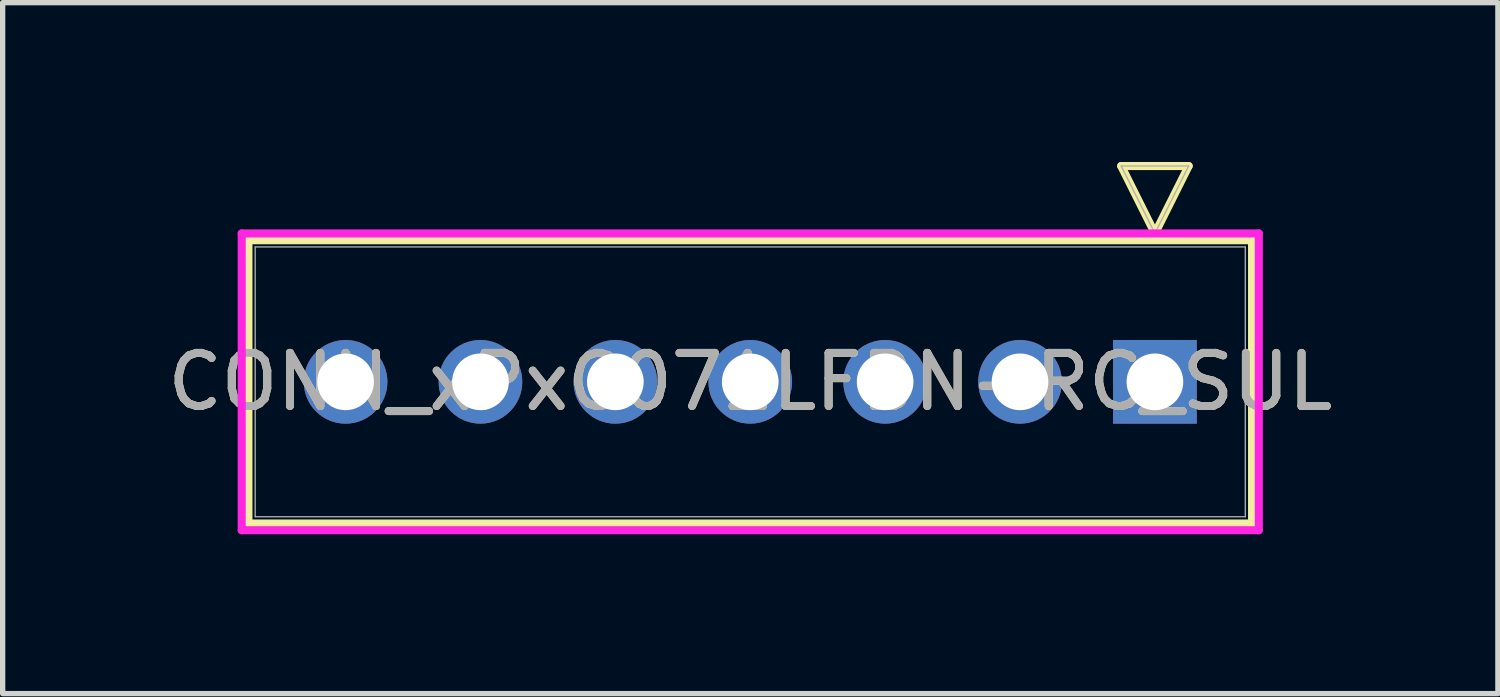
<source format=kicad_pcb>
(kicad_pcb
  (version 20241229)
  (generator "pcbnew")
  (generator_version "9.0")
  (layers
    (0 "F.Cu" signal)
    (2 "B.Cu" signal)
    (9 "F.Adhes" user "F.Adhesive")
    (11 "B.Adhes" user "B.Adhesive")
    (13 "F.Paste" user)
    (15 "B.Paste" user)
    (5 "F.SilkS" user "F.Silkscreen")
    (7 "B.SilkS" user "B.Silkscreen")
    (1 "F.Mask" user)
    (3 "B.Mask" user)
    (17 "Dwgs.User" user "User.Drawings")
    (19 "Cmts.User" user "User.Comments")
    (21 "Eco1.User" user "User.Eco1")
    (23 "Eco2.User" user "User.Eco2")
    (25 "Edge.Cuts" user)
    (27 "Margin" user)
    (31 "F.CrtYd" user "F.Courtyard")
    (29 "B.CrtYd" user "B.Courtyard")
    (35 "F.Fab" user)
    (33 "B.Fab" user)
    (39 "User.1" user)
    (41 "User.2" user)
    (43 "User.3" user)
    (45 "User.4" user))
  (footprint "CONN_xPxC071LFBN-RC_SUL"
    (layer "F.Cu")
    (at 18.697 4.14)
    (property "Reference" "CONN_xPxC071LFBN-RC_SUL" (at -7.62 0 0) (unlocked yes) (layer "F.SilkS") (effects (font (size 1 1) (thickness 0.15))))
    (attr through_hole)
    (fp_line (start -17.069 -2.667) (end -17.069 2.667) (stroke (width 0.152) (type solid)) (layer "F.SilkS"))
    (fp_line (start -17.069 2.667) (end 1.829 2.667) (stroke (width 0.152) (type solid)) (layer "F.SilkS"))
    (fp_line (start -0.635 -4.064) (end 0.635 -4.064) (stroke (width 0.152) (type solid)) (layer "F.SilkS"))
    (fp_line (start 0 -2.794) (end -0.635 -4.064) (stroke (width 0.152) (type solid)) (layer "F.SilkS"))
    (fp_line (start 0.635 -4.064) (end 0 -2.794) (stroke (width 0.152) (type solid)) (layer "F.SilkS"))
    (fp_line (start 1.829 -2.667) (end -17.069 -2.667) (stroke (width 0.152) (type solid)) (layer "F.SilkS"))
    (fp_line (start 1.829 2.667) (end 1.829 -2.667) (stroke (width 0.152) (type solid)) (layer "F.SilkS"))
    (fp_line (start -17.196 -2.794) (end -17.196 2.794) (stroke (width 0.152) (type solid)) (layer "F.CrtYd"))
    (fp_line (start -17.196 2.794) (end 1.956 2.794) (stroke (width 0.152) (type solid)) (layer "F.CrtYd"))
    (fp_line (start 1.956 -2.794) (end -17.196 -2.794) (stroke (width 0.152) (type solid)) (layer "F.CrtYd"))
    (fp_line (start 1.956 2.794) (end 1.956 -2.794) (stroke (width 0.152) (type solid)) (layer "F.CrtYd"))
    (fp_line (start -16.942 -2.54) (end -16.942 2.54) (stroke (width 0.025) (type solid)) (layer "F.Fab"))
    (fp_line (start -16.942 2.54) (end 1.702 2.54) (stroke (width 0.025) (type solid)) (layer "F.Fab"))
    (fp_line (start -0.635 -4.064) (end 0.635 -4.064) (stroke (width 0.025) (type solid)) (layer "F.Fab"))
    (fp_line (start 0 -2.794) (end -0.635 -4.064) (stroke (width 0.025) (type solid)) (layer "F.Fab"))
    (fp_line (start 0.635 -4.064) (end 0 -2.794) (stroke (width 0.025) (type solid)) (layer "F.Fab"))
    (fp_line (start 1.702 -2.54) (end -16.942 -2.54) (stroke (width 0.025) (type solid)) (layer "F.Fab"))
    (fp_line (start 1.702 2.54) (end 1.702 -2.54) (stroke (width 0.025) (type solid)) (layer "F.Fab"))
    (fp_text user "${REFERENCE}" (at -7.62 0 0) (unlocked yes) (layer "F.Fab") (effects (font (size 1 1) (thickness 0.15))))
    (pad "1" thru_hole rect (at 0 0) (size 1.575 1.575) (drill 1.067) (layers "*.Cu" "*.Mask"))
    (pad "2" thru_hole circle (at -2.54 0) (size 1.575 1.575) (drill 1.067) (layers "*.Cu" "*.Mask"))
    (pad "3" thru_hole circle (at -5.08 0) (size 1.575 1.575) (drill 1.067) (layers "*.Cu" "*.Mask"))
    (pad "4" thru_hole circle (at -7.62 0) (size 1.575 1.575) (drill 1.067) (layers "*.Cu" "*.Mask"))
    (pad "5" thru_hole circle (at -10.16 0) (size 1.575 1.575) (drill 1.067) (layers "*.Cu" "*.Mask"))
    (pad "6" thru_hole circle (at -12.7 0) (size 1.575 1.575) (drill 1.067) (layers "*.Cu" "*.Mask"))
    (pad "7" thru_hole circle (at -15.24 0) (size 1.575 1.575) (drill 1.067) (layers "*.Cu" "*.Mask")))
  (gr_rect
    (start -3 -3)
    (end 25.155 10.01)
    (stroke (width 0.1) (type default))
    (fill no)
    (layer "Edge.Cuts")))
</source>
